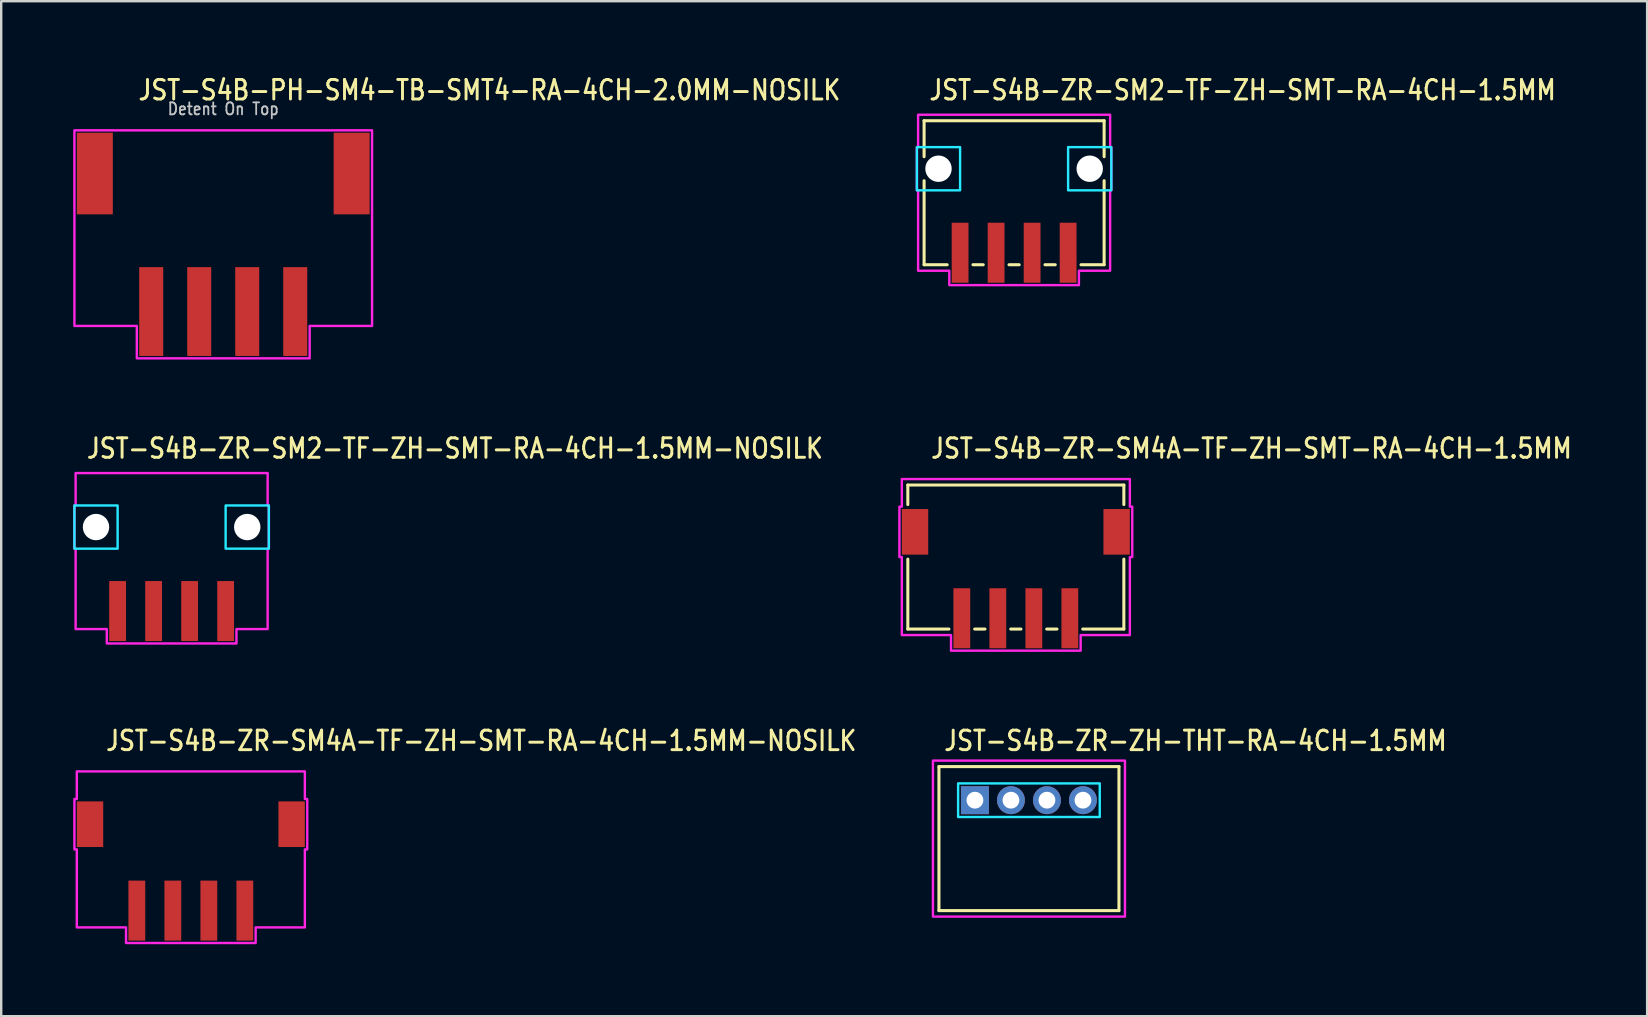
<source format=kicad_pcb>
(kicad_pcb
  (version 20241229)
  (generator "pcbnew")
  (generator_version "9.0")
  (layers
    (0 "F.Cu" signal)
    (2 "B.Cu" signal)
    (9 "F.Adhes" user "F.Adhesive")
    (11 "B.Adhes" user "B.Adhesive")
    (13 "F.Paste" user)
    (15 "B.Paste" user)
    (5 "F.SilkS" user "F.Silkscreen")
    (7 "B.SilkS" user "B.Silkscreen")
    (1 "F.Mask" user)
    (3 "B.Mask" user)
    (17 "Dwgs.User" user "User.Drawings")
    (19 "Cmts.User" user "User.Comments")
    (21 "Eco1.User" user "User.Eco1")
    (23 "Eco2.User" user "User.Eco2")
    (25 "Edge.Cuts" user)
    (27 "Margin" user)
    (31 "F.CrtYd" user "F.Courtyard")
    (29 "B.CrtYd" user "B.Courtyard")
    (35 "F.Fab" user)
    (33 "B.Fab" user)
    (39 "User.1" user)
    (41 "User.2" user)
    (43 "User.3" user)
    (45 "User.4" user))
  (footprint "JST-S4B-PH-SM4-TB-SMT4-RA-4CH-2.0MM-NOSILK"
    (layer "F.Cu")
    (at 6.25 4.179)
    (property "Reference" "JST-S4B-PH-SM4-TB-SMT4-RA-4CH-2.0MM-NOSILK" (at -3.6 -3 0) (unlocked yes) (layer "F.SilkS") (effects (font (size 0.813 0.695) (thickness 0.122)) (justify left bottom)))
    (fp_poly (pts (xy -6.2 -1.8) (xy -6.2 6.35) (xy -3.6 6.35) (xy -3.6 7.7) (xy 3.6 7.7) (xy 3.6 6.35) (xy 6.2 6.35) (xy 6.2 -1.8)) (stroke (width 0.1) (type solid)) (fill no) (layer "F.CrtYd"))
    (fp_text user "Detent On Top" (at 0 -2.4 0) (unlocked yes) (layer "Dwgs.User") (effects (font (size 0.5 0.427) (thickness 0.075)) (justify bottom)))
    (pad "1" smd rect (at 3 5.75) (size 1 3.7) (layers "F.Cu" "F.Mask" "F.Paste"))
    (pad "2" smd rect (at 1 5.75) (size 1 3.7) (layers "F.Cu" "F.Mask" "F.Paste"))
    (pad "3" smd rect (at -1 5.75) (size 1 3.7) (layers "F.Cu" "F.Mask" "F.Paste"))
    (pad "4" smd rect (at -3 5.75) (size 1 3.7) (layers "F.Cu" "F.Mask" "F.Paste"))
    (pad "S_1" smd rect (at -5.35 0) (size 1.5 3.4) (layers "F.Cu" "F.Mask" "F.Paste"))
    (pad "S_2" smd rect (at 5.35 0) (size 1.5 3.4) (layers "F.Cu" "F.Mask" "F.Paste")))
  (footprint "JST-S4B-ZR-SM4A-TF-ZH-SMT-RA-4CH-1.5MM-NOSILK"
    (layer "F.Cu")
    (at 4.9 31.286)
    (property "Reference" "JST-S4B-ZR-SM4A-TF-ZH-SMT-RA-4CH-1.5MM-NOSILK" (at -3.6 -3 0) (unlocked yes) (layer "F.SilkS") (effects (font (size 0.813 0.695) (thickness 0.122)) (justify left bottom)))
    (fp_poly (pts (xy -4.75 -2.2) (xy -4.75 -1.05) (xy -4.85 -1.05) (xy -4.85 1.05) (xy -4.75 1.05) (xy -4.75 4.3) (xy -2.7 4.3) (xy -2.7 4.95) (xy 2.7 4.95) (xy 2.7 4.3) (xy 4.75 4.3) (xy 4.75 1.05) (xy 4.85 1.05) (xy 4.85 -1.05) (xy 4.75 -1.05) (xy 4.75 -2.2)) (stroke (width 0.1) (type solid)) (fill no) (layer "F.CrtYd"))
    (pad "1" smd rect (at 2.25 3.6) (size 0.7 2.5) (layers "F.Cu" "F.Mask" "F.Paste"))
    (pad "2" smd rect (at 0.75 3.6) (size 0.7 2.5) (layers "F.Cu" "F.Mask" "F.Paste"))
    (pad "3" smd rect (at -0.75 3.6) (size 0.7 2.5) (layers "F.Cu" "F.Mask" "F.Paste"))
    (pad "4" smd rect (at -2.25 3.6) (size 0.7 2.5) (layers "F.Cu" "F.Mask" "F.Paste"))
    (pad "S_1" smd rect (at -4.2 0) (size 1.1 1.9) (layers "F.Cu" "F.Mask" "F.Paste"))
    (pad "S_2" smd rect (at 4.2 0) (size 1.1 1.9) (layers "F.Cu" "F.Mask" "F.Paste")))
  (footprint "JST-S4B-ZR-SM2-TF-ZH-SMT-RA-4CH-1.5MM"
    (layer "F.Cu")
    (at 39.198 3.979)
    (property "Reference" "JST-S4B-ZR-SM2-TF-ZH-SMT-RA-4CH-1.5MM" (at -3.6 -2.8 0) (unlocked yes) (layer "F.SilkS") (effects (font (size 0.813 0.695) (thickness 0.122)) (justify left bottom)))
    (fp_line (start -3.75 -2) (end -3.75 -0.5) (stroke (width 0.127) (type solid)) (layer "F.SilkS"))
    (fp_line (start -3.75 -2) (end 3.75 -2) (stroke (width 0.127) (type solid)) (layer "F.SilkS"))
    (fp_line (start -3.75 4) (end -3.75 0.5) (stroke (width 0.127) (type solid)) (layer "F.SilkS"))
    (fp_line (start -3.75 4) (end -2.787 4) (stroke (width 0.127) (type solid)) (layer "F.SilkS"))
    (fp_line (start -1.714 4) (end -1.286 4) (stroke (width 0.127) (type solid)) (layer "F.SilkS"))
    (fp_line (start -0.213 4) (end 0.213 4) (stroke (width 0.127) (type solid)) (layer "F.SilkS"))
    (fp_line (start 1.286 4) (end 1.714 4) (stroke (width 0.127) (type solid)) (layer "F.SilkS"))
    (fp_line (start 2.787 4) (end 3.75 4) (stroke (width 0.127) (type solid)) (layer "F.SilkS"))
    (fp_line (start 3.75 -0.5) (end 3.75 -2) (stroke (width 0.127) (type solid)) (layer "F.SilkS"))
    (fp_line (start 3.75 0.5) (end 3.75 4) (stroke (width 0.127) (type solid)) (layer "F.SilkS"))
    (fp_poly (pts (xy -4.05 -0.9) (xy -4.05 0.9) (xy -2.25 0.9) (xy -2.25 -0.9)) (stroke (width 0.1) (type solid)) (fill no) (layer "B.CrtYd"))
    (fp_poly (pts (xy 4.05 -0.9) (xy 4.05 0.9) (xy 2.25 0.9) (xy 2.25 -0.9)) (stroke (width 0.1) (type solid)) (fill no) (layer "B.CrtYd"))
    (fp_poly (pts (xy -4 -2.25) (xy -4 -0.9) (xy -4.05 -0.9) (xy -4.05 0.9) (xy -4 0.9) (xy -4 4.25) (xy -2.7 4.25) (xy -2.7 4.85) (xy 2.7 4.85) (xy 2.7 4.25) (xy 4 4.25) (xy 4 0.9) (xy 4.05 0.9) (xy 4.05 -0.9) (xy 4 -0.9) (xy 4 -2.25)) (stroke (width 0.1) (type solid)) (fill no) (layer "F.CrtYd"))
    (pad "" np_thru_hole circle (at -3.15 0) (size 1.1 1.1) (drill 1.1) (layers "*.Cu" "*.Mask"))
    (pad "" np_thru_hole circle (at 3.15 0) (size 1.1 1.1) (drill 1.1) (layers "*.Cu" "*.Mask"))
    (pad "1" smd rect (at 2.25 3.5) (size 0.7 2.5) (layers "F.Cu" "F.Mask" "F.Paste"))
    (pad "2" smd rect (at 0.75 3.5) (size 0.7 2.5) (layers "F.Cu" "F.Mask" "F.Paste"))
    (pad "3" smd rect (at -0.75 3.5) (size 0.7 2.5) (layers "F.Cu" "F.Mask" "F.Paste"))
    (pad "4" smd rect (at -2.25 3.5) (size 0.7 2.5) (layers "F.Cu" "F.Mask" "F.Paste")))
  (footprint "JST-S4B-ZR-SM2-TF-ZH-SMT-RA-4CH-1.5MM-NOSILK"
    (layer "F.Cu")
    (at 4.1 18.907)
    (property "Reference" "JST-S4B-ZR-SM2-TF-ZH-SMT-RA-4CH-1.5MM-NOSILK" (at -3.6 -2.8 0) (unlocked yes) (layer "F.SilkS") (effects (font (size 0.813 0.695) (thickness 0.122)) (justify left bottom)))
    (fp_poly (pts (xy -4.05 -0.9) (xy -4.05 0.9) (xy -2.25 0.9) (xy -2.25 -0.9)) (stroke (width 0.1) (type solid)) (fill no) (layer "B.CrtYd"))
    (fp_poly (pts (xy 4.05 -0.9) (xy 4.05 0.9) (xy 2.25 0.9) (xy 2.25 -0.9)) (stroke (width 0.1) (type solid)) (fill no) (layer "B.CrtYd"))
    (fp_poly (pts (xy -4 -2.25) (xy -4 -0.9) (xy -4.05 -0.9) (xy -4.05 0.9) (xy -4 0.9) (xy -4 4.25) (xy -2.7 4.25) (xy -2.7 4.85) (xy 2.7 4.85) (xy 2.7 4.25) (xy 4 4.25) (xy 4 0.9) (xy 4.05 0.9) (xy 4.05 -0.9) (xy 4 -0.9) (xy 4 -2.25)) (stroke (width 0.1) (type solid)) (fill no) (layer "F.CrtYd"))
    (pad "" np_thru_hole circle (at -3.15 0) (size 1.1 1.1) (drill 1.1) (layers "*.Cu" "*.Mask"))
    (pad "" np_thru_hole circle (at 3.15 0) (size 1.1 1.1) (drill 1.1) (layers "*.Cu" "*.Mask"))
    (pad "1" smd rect (at 2.25 3.5) (size 0.7 2.5) (layers "F.Cu" "F.Mask" "F.Paste"))
    (pad "2" smd rect (at 0.75 3.5) (size 0.7 2.5) (layers "F.Cu" "F.Mask" "F.Paste"))
    (pad "3" smd rect (at -0.75 3.5) (size 0.7 2.5) (layers "F.Cu" "F.Mask" "F.Paste"))
    (pad "4" smd rect (at -2.25 3.5) (size 0.7 2.5) (layers "F.Cu" "F.Mask" "F.Paste")))
  (footprint "JST-S4B-ZR-SM4A-TF-ZH-SMT-RA-4CH-1.5MM"
    (layer "F.Cu")
    (at 39.27 19.107)
    (property "Reference" "JST-S4B-ZR-SM4A-TF-ZH-SMT-RA-4CH-1.5MM" (at -3.6 -3 0) (unlocked yes) (layer "F.SilkS") (effects (font (size 0.813 0.695) (thickness 0.122)) (justify left bottom)))
    (fp_line (start -4.5 -1.95) (end -4.5 -1.137) (stroke (width 0.127) (type solid)) (layer "F.SilkS"))
    (fp_line (start -4.5 -1.95) (end 4.5 -1.95) (stroke (width 0.127) (type solid)) (layer "F.SilkS"))
    (fp_line (start -4.5 4.05) (end -4.5 1.137) (stroke (width 0.127) (type solid)) (layer "F.SilkS"))
    (fp_line (start -4.5 4.05) (end -2.787 4.05) (stroke (width 0.127) (type solid)) (layer "F.SilkS"))
    (fp_line (start -1.714 4.05) (end -1.286 4.05) (stroke (width 0.127) (type solid)) (layer "F.SilkS"))
    (fp_line (start -0.213 4.05) (end 0.213 4.05) (stroke (width 0.127) (type solid)) (layer "F.SilkS"))
    (fp_line (start 1.286 4.05) (end 1.714 4.05) (stroke (width 0.127) (type solid)) (layer "F.SilkS"))
    (fp_line (start 2.787 4.05) (end 4.5 4.05) (stroke (width 0.127) (type solid)) (layer "F.SilkS"))
    (fp_line (start 4.5 -1.137) (end 4.5 -1.95) (stroke (width 0.127) (type solid)) (layer "F.SilkS"))
    (fp_line (start 4.5 1.137) (end 4.5 4.05) (stroke (width 0.127) (type solid)) (layer "F.SilkS"))
    (fp_poly (pts (xy -4.75 -2.2) (xy -4.75 -1.05) (xy -4.85 -1.05) (xy -4.85 1.05) (xy -4.75 1.05) (xy -4.75 4.3) (xy -2.7 4.3) (xy -2.7 4.95) (xy 2.7 4.95) (xy 2.7 4.3) (xy 4.75 4.3) (xy 4.75 1.05) (xy 4.85 1.05) (xy 4.85 -1.05) (xy 4.75 -1.05) (xy 4.75 -2.2)) (stroke (width 0.1) (type solid)) (fill no) (layer "F.CrtYd"))
    (pad "1" smd rect (at 2.25 3.6) (size 0.7 2.5) (layers "F.Cu" "F.Mask" "F.Paste"))
    (pad "2" smd rect (at 0.75 3.6) (size 0.7 2.5) (layers "F.Cu" "F.Mask" "F.Paste"))
    (pad "3" smd rect (at -0.75 3.6) (size 0.7 2.5) (layers "F.Cu" "F.Mask" "F.Paste"))
    (pad "4" smd rect (at -2.25 3.6) (size 0.7 2.5) (layers "F.Cu" "F.Mask" "F.Paste"))
    (pad "S_1" smd rect (at -4.2 0) (size 1.1 1.9) (layers "F.Cu" "F.Mask" "F.Paste"))
    (pad "S_2" smd rect (at 4.2 0) (size 1.1 1.9) (layers "F.Cu" "F.Mask" "F.Paste")))
  (footprint "JST-S4B-ZR-ZH-THT-RA-4CH-1.5MM"
    (layer "F.Cu")
    (at 39.816 30.286)
    (property "Reference" "JST-S4B-ZR-ZH-THT-RA-4CH-1.5MM" (at -3.6 -2 0) (unlocked yes) (layer "F.SilkS") (effects (font (size 0.813 0.695) (thickness 0.122)) (justify left bottom)))
    (fp_line (start -3.75 -1.4) (end 3.75 -1.4) (stroke (width 0.127) (type solid)) (layer "F.SilkS"))
    (fp_line (start -3.75 4.6) (end -3.75 -1.4) (stroke (width 0.127) (type solid)) (layer "F.SilkS"))
    (fp_line (start -3.75 4.6) (end 3.75 4.6) (stroke (width 0.127) (type solid)) (layer "F.SilkS"))
    (fp_line (start 3.75 -1.4) (end 3.75 4.6) (stroke (width 0.127) (type solid)) (layer "F.SilkS"))
    (fp_poly (pts (xy -2.95 -0.7) (xy -2.95 0.7) (xy 2.95 0.7) (xy 2.95 -0.7)) (stroke (width 0.1) (type solid)) (fill no) (layer "B.CrtYd"))
    (fp_poly (pts (xy -4 -1.65) (xy -4 4.85) (xy 4 4.85) (xy 4 -1.65)) (stroke (width 0.1) (type solid)) (fill no) (layer "F.CrtYd"))
    (pad "1" thru_hole rect (at -2.25 0) (size 1.167 1.167) (drill 0.7) (layers "*.Cu" "*.Mask"))
    (pad "2" thru_hole oval (at -0.75 0) (size 1.167 1.167) (drill 0.7) (layers "*.Cu" "*.Mask"))
    (pad "3" thru_hole oval (at 0.75 0) (size 1.167 1.167) (drill 0.7) (layers "*.Cu" "*.Mask"))
    (pad "4" thru_hole oval (at 2.25 0) (size 1.167 1.167) (drill 0.7) (layers "*.Cu" "*.Mask")))
  (gr_rect
    (start -3 -3)
    (end 65.57 39.286)
    (stroke (width 0.1) (type default))
    (fill no)
    (layer "Edge.Cuts")))
</source>
